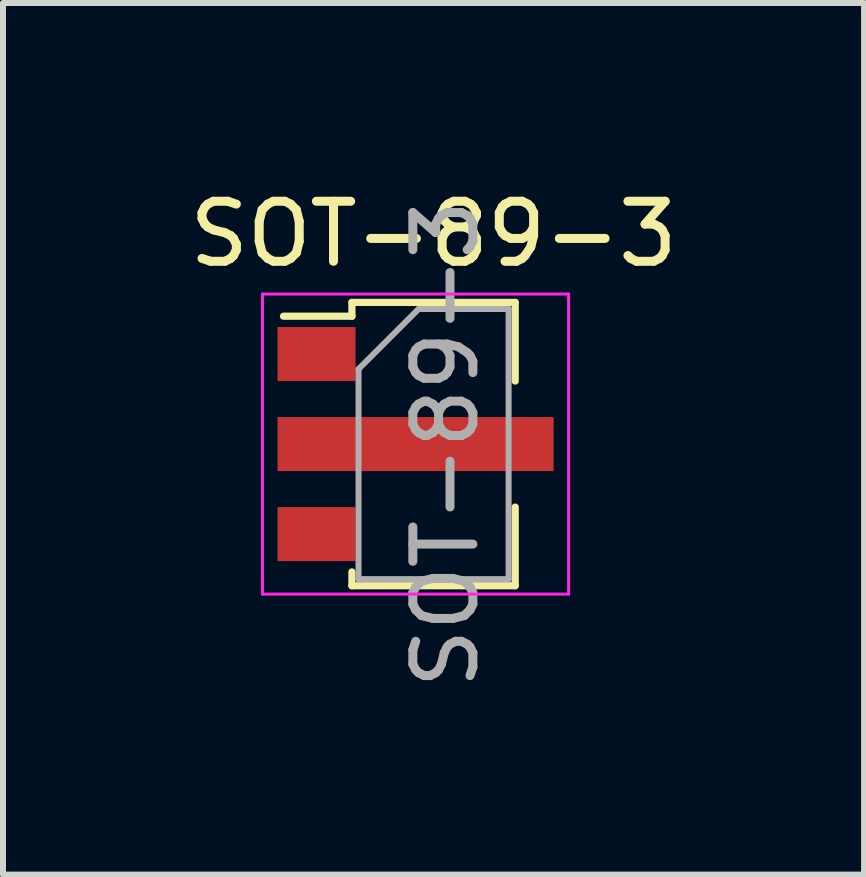
<source format=kicad_pcb>
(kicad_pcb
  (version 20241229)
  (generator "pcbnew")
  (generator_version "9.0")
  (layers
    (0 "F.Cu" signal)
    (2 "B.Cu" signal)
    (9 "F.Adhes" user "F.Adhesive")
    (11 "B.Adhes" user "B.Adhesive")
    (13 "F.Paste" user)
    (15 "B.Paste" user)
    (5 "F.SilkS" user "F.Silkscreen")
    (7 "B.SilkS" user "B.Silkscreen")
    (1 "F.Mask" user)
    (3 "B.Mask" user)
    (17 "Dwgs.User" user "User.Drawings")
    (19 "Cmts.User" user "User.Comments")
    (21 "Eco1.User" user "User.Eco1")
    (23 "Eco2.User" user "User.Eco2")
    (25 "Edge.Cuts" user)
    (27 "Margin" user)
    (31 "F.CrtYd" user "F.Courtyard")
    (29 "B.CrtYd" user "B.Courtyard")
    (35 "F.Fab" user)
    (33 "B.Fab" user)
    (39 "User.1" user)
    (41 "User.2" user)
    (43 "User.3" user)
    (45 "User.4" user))
  (footprint "SOT-89-3"
    (layer "F.Cu")
    (at 3.873 4.348)
    (property "Reference" "SOT-89-3" (at 0.3 -3.5 0) (layer "F.SilkS") (effects (font (size 1 1) (thickness 0.15))))
    (attr smd)
    (fp_line (start -2.2 -2.13) (end -1.06 -2.13) (stroke (width 0.12) (type solid)) (layer "F.SilkS"))
    (fp_line (start -1.06 -2.36) (end -1.06 -2.13) (stroke (width 0.12) (type solid)) (layer "F.SilkS"))
    (fp_line (start -1.06 -2.36) (end 1.66 -2.36) (stroke (width 0.12) (type solid)) (layer "F.SilkS"))
    (fp_line (start -1.06 2.36) (end -1.06 2.13) (stroke (width 0.12) (type solid)) (layer "F.SilkS"))
    (fp_line (start 1.66 -2.36) (end 1.66 -1.05) (stroke (width 0.12) (type solid)) (layer "F.SilkS"))
    (fp_line (start 1.66 1.05) (end 1.66 2.36) (stroke (width 0.12) (type solid)) (layer "F.SilkS"))
    (fp_line (start 1.66 2.36) (end -1.06 2.36) (stroke (width 0.12) (type solid)) (layer "F.SilkS"))
    (fp_line (start -2.55 2.5) (end -2.55 -2.5) (stroke (width 0.05) (type solid)) (layer "F.CrtYd"))
    (fp_line (start -2.55 2.5) (end 2.55 2.5) (stroke (width 0.05) (type solid)) (layer "F.CrtYd"))
    (fp_line (start 2.55 -2.5) (end -2.55 -2.5) (stroke (width 0.05) (type solid)) (layer "F.CrtYd"))
    (fp_line (start 2.55 -2.5) (end 2.55 2.5) (stroke (width 0.05) (type solid)) (layer "F.CrtYd"))
    (fp_line (start -0.95 -1.25) (end 0.05 -2.25) (stroke (width 0.1) (type solid)) (layer "F.Fab"))
    (fp_line (start -0.95 2.25) (end -0.95 -1.25) (stroke (width 0.1) (type solid)) (layer "F.Fab"))
    (fp_line (start 0.05 -2.25) (end 1.55 -2.25) (stroke (width 0.1) (type solid)) (layer "F.Fab"))
    (fp_line (start 1.55 -2.25) (end 1.55 2.25) (stroke (width 0.1) (type solid)) (layer "F.Fab"))
    (fp_line (start 1.55 2.25) (end -0.95 2.25) (stroke (width 0.1) (type solid)) (layer "F.Fab"))
    (fp_text user "${REFERENCE}" (at 0.5 0 90) (layer "F.Fab") (effects (font (size 1 1) (thickness 0.15))))
    (pad "1" smd rect (at -1.65 -1.5) (size 1.3 0.9) (layers "F.Cu" "F.Mask" "F.Paste"))
    (pad "2" smd custom (at 0 0) (size 4.6 0.9) (layers "F.Cu" "F.Mask" "F.Paste") (options (anchor rect)) (primitives))
    (pad "3" smd rect (at -1.65 1.5) (size 1.3 0.9) (layers "F.Cu" "F.Mask" "F.Paste")))
  (gr_rect
    (start -3 -3)
    (end 11.345 11.521)
    (stroke (width 0.1) (type default))
    (fill no)
    (layer "Edge.Cuts")))
</source>
